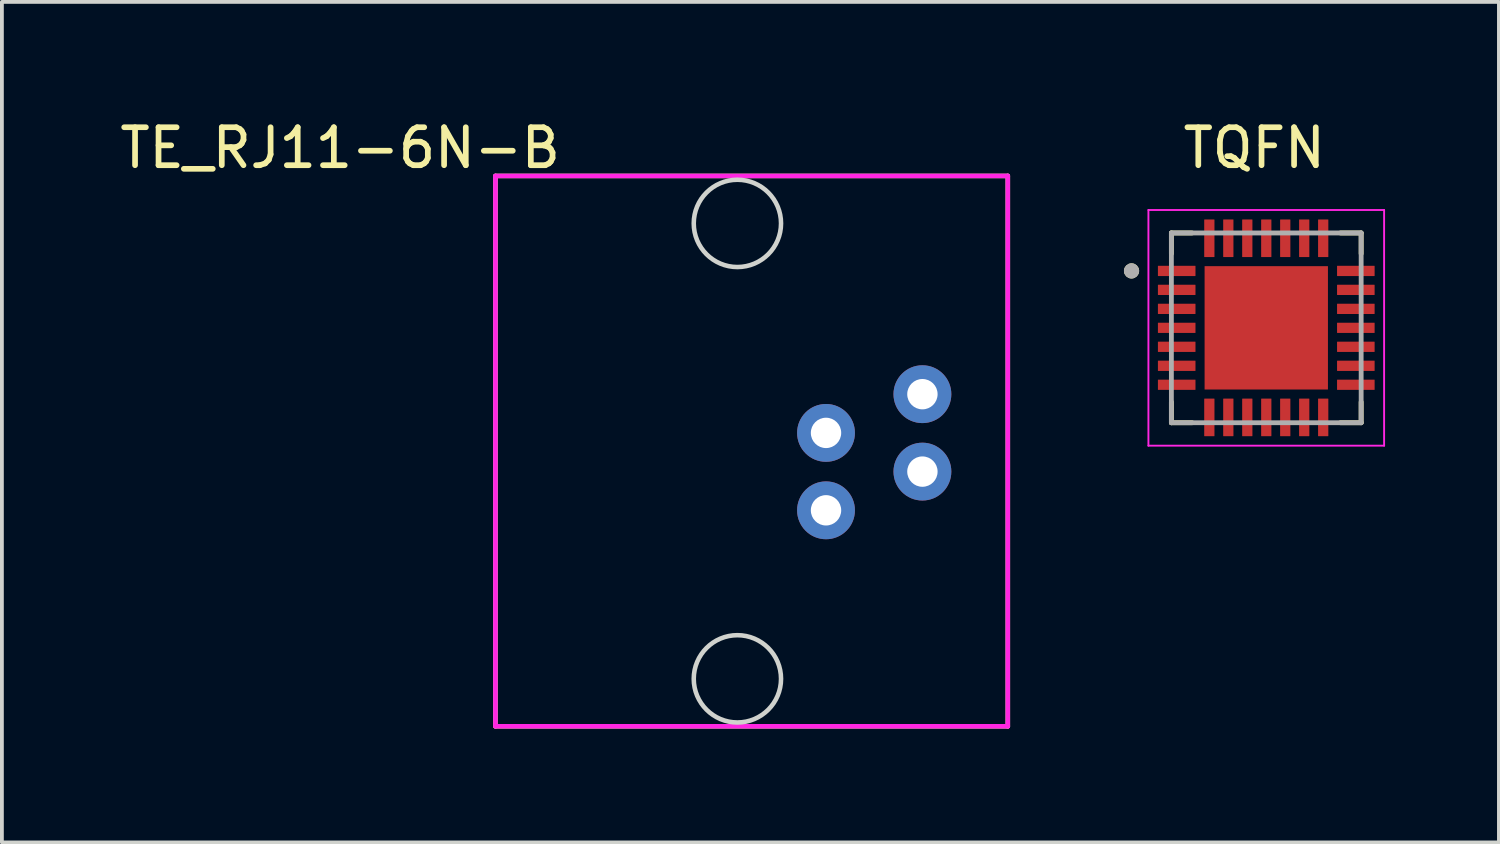
<source format=kicad_pcb>
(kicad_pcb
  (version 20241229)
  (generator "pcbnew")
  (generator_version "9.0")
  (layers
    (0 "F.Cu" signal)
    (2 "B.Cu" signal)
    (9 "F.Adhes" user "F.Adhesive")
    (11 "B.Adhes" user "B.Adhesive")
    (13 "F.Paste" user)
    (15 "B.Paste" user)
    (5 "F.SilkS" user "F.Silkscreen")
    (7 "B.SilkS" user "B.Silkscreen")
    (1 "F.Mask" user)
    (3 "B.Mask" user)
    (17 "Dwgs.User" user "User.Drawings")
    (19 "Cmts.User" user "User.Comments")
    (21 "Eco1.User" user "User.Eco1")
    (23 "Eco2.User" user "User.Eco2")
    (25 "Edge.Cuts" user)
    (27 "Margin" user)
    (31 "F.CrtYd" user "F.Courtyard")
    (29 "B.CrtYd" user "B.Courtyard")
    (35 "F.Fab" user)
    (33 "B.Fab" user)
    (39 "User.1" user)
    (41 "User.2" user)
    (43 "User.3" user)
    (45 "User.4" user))
  (footprint "TQFN"
    (layer "F.Cu")
    (at 30.314 5.588)
    (property "Reference" "TQFN" (at -0.315 -4.74 0) (layer "F.SilkS") (effects (font (size 1 1) (thickness 0.15))))
    (attr through_hole)
    (fp_line (start -2.5 -2.5) (end -2.5 -1.955) (stroke (width 0.127) (type solid)) (layer "F.SilkS"))
    (fp_line (start -2.5 -2.5) (end -1.955 -2.5) (stroke (width 0.127) (type solid)) (layer "F.SilkS"))
    (fp_line (start -2.5 2.5) (end -2.5 1.955) (stroke (width 0.127) (type solid)) (layer "F.SilkS"))
    (fp_line (start -2.5 2.5) (end -1.955 2.5) (stroke (width 0.127) (type solid)) (layer "F.SilkS"))
    (fp_line (start 2.5 -2.5) (end 1.955 -2.5) (stroke (width 0.127) (type solid)) (layer "F.SilkS"))
    (fp_line (start 2.5 -2.5) (end 2.5 -1.955) (stroke (width 0.127) (type solid)) (layer "F.SilkS"))
    (fp_line (start 2.5 2.5) (end 1.955 2.5) (stroke (width 0.127) (type solid)) (layer "F.SilkS"))
    (fp_line (start 2.5 2.5) (end 2.5 1.955) (stroke (width 0.127) (type solid)) (layer "F.SilkS"))
    (fp_circle (center -3.55 -1.5) (end -3.45 -1.5) (stroke (width 0.2) (type solid)) (fill no) (layer "F.SilkS"))
    (fp_poly (pts (xy -1.03 -1.03) (xy 1.03 -1.03) (xy 1.03 1.03) (xy -1.03 1.03)) (stroke (width 0.01) (type solid)) (fill yes) (layer "F.Paste"))
    (fp_line (start -3.105 -3.105) (end 3.105 -3.105) (stroke (width 0.05) (type solid)) (layer "F.CrtYd"))
    (fp_line (start -3.105 3.105) (end -3.105 -3.105) (stroke (width 0.05) (type solid)) (layer "F.CrtYd"))
    (fp_line (start -3.105 3.105) (end 3.105 3.105) (stroke (width 0.05) (type solid)) (layer "F.CrtYd"))
    (fp_line (start 3.105 3.105) (end 3.105 -3.105) (stroke (width 0.05) (type solid)) (layer "F.CrtYd"))
    (fp_line (start -2.5 2.5) (end -2.5 -2.5) (stroke (width 0.127) (type solid)) (layer "F.Fab"))
    (fp_line (start 2.5 -2.5) (end -2.5 -2.5) (stroke (width 0.127) (type solid)) (layer "F.Fab"))
    (fp_line (start 2.5 2.5) (end -2.5 2.5) (stroke (width 0.127) (type solid)) (layer "F.Fab"))
    (fp_line (start 2.5 2.5) (end 2.5 -2.5) (stroke (width 0.127) (type solid)) (layer "F.Fab"))
    (fp_circle (center -3.55 -1.5) (end -3.45 -1.5) (stroke (width 0.2) (type solid)) (fill no) (layer "F.Fab"))
    (pad "1" smd roundrect (at -2.36 -1.5) (size 0.99 0.27) (layers "F.Cu" "F.Mask" "F.Paste") (roundrect_rratio 0.03))
    (pad "2" smd roundrect (at -2.36 -1) (size 0.99 0.27) (layers "F.Cu" "F.Mask" "F.Paste") (roundrect_rratio 0.03))
    (pad "3" smd roundrect (at -2.36 -0.5) (size 0.99 0.27) (layers "F.Cu" "F.Mask" "F.Paste") (roundrect_rratio 0.03))
    (pad "4" smd roundrect (at -2.36 0) (size 0.99 0.27) (layers "F.Cu" "F.Mask" "F.Paste") (roundrect_rratio 0.03))
    (pad "5" smd roundrect (at -2.36 0.5) (size 0.99 0.27) (layers "F.Cu" "F.Mask" "F.Paste") (roundrect_rratio 0.03))
    (pad "6" smd roundrect (at -2.36 1) (size 0.99 0.27) (layers "F.Cu" "F.Mask" "F.Paste") (roundrect_rratio 0.03))
    (pad "7" smd roundrect (at -2.36 1.5) (size 0.99 0.27) (layers "F.Cu" "F.Mask" "F.Paste") (roundrect_rratio 0.03))
    (pad "8" smd roundrect (at -1.5 2.36 90) (size 0.99 0.27) (layers "F.Cu" "F.Mask" "F.Paste") (roundrect_rratio 0.03))
    (pad "9" smd roundrect (at -1 2.36 90) (size 0.99 0.27) (layers "F.Cu" "F.Mask" "F.Paste") (roundrect_rratio 0.03))
    (pad "10" smd roundrect (at -0.5 2.36 90) (size 0.99 0.27) (layers "F.Cu" "F.Mask" "F.Paste") (roundrect_rratio 0.03))
    (pad "11" smd roundrect (at 0 2.36 90) (size 0.99 0.27) (layers "F.Cu" "F.Mask" "F.Paste") (roundrect_rratio 0.03))
    (pad "12" smd roundrect (at 0.5 2.36 90) (size 0.99 0.27) (layers "F.Cu" "F.Mask" "F.Paste") (roundrect_rratio 0.03))
    (pad "13" smd roundrect (at 1 2.36 90) (size 0.99 0.27) (layers "F.Cu" "F.Mask" "F.Paste") (roundrect_rratio 0.03))
    (pad "14" smd roundrect (at 1.5 2.36 90) (size 0.99 0.27) (layers "F.Cu" "F.Mask" "F.Paste") (roundrect_rratio 0.03))
    (pad "15" smd roundrect (at 2.36 1.5) (size 0.99 0.27) (layers "F.Cu" "F.Mask" "F.Paste") (roundrect_rratio 0.03))
    (pad "16" smd roundrect (at 2.36 1) (size 0.99 0.27) (layers "F.Cu" "F.Mask" "F.Paste") (roundrect_rratio 0.03))
    (pad "17" smd roundrect (at 2.36 0.5) (size 0.99 0.27) (layers "F.Cu" "F.Mask" "F.Paste") (roundrect_rratio 0.03))
    (pad "18" smd roundrect (at 2.36 0) (size 0.99 0.27) (layers "F.Cu" "F.Mask" "F.Paste") (roundrect_rratio 0.03))
    (pad "19" smd roundrect (at 2.36 -0.5) (size 0.99 0.27) (layers "F.Cu" "F.Mask" "F.Paste") (roundrect_rratio 0.03))
    (pad "20" smd roundrect (at 2.36 -1) (size 0.99 0.27) (layers "F.Cu" "F.Mask" "F.Paste") (roundrect_rratio 0.03))
    (pad "21" smd roundrect (at 2.36 -1.5) (size 0.99 0.27) (layers "F.Cu" "F.Mask" "F.Paste") (roundrect_rratio 0.03))
    (pad "22" smd roundrect (at 1.5 -2.36 90) (size 0.99 0.27) (layers "F.Cu" "F.Mask" "F.Paste") (roundrect_rratio 0.03))
    (pad "23" smd roundrect (at 1 -2.36 90) (size 0.99 0.27) (layers "F.Cu" "F.Mask" "F.Paste") (roundrect_rratio 0.03))
    (pad "24" smd roundrect (at 0.5 -2.36 90) (size 0.99 0.27) (layers "F.Cu" "F.Mask" "F.Paste") (roundrect_rratio 0.03))
    (pad "25" smd roundrect (at 0 -2.36 90) (size 0.99 0.27) (layers "F.Cu" "F.Mask" "F.Paste") (roundrect_rratio 0.03))
    (pad "26" smd roundrect (at -0.5 -2.36 90) (size 0.99 0.27) (layers "F.Cu" "F.Mask" "F.Paste") (roundrect_rratio 0.03))
    (pad "27" smd roundrect (at -1 -2.36 90) (size 0.99 0.27) (layers "F.Cu" "F.Mask" "F.Paste") (roundrect_rratio 0.03))
    (pad "28" smd roundrect (at -1.5 -2.36 90) (size 0.99 0.27) (layers "F.Cu" "F.Mask" "F.Paste") (roundrect_rratio 0.03))
    (pad "29" smd rect (at 0 0) (size 3.25 3.25) (layers "F.Cu" "F.Mask")))
  (footprint "TE_RJ11-6N-B"
    (layer "F.Cu")
    (at 19.254 7.836)
    (property "Reference" "TE_RJ11-6N-B" (at -13.341 -6.988 0) (layer "F.SilkS") (effects (font (size 1 1) (thickness 0.15))))
    (attr through_hole)
    (fp_line (start -9.25 -6.25) (end 4.25 -6.25) (stroke (width 0.12) (type solid)) (layer "F.SilkS"))
    (fp_line (start -9.25 8.25) (end -9.25 -6.25) (stroke (width 0.12) (type solid)) (layer "F.SilkS"))
    (fp_line (start 4.25 -6.25) (end 4.25 8.25) (stroke (width 0.12) (type solid)) (layer "F.SilkS"))
    (fp_line (start 4.25 8.25) (end -9.25 8.25) (stroke (width 0.12) (type solid)) (layer "F.SilkS"))
    (fp_circle (center -2.875 -5) (end -1.725 -5) (stroke (width 0.12) (type solid)) (fill no) (layer "Edge.Cuts"))
    (fp_circle (center -2.875 7) (end -1.725 7) (stroke (width 0.12) (type solid)) (fill no) (layer "Edge.Cuts"))
    (fp_line (start -9.25 -6.25) (end 4.25 -6.25) (stroke (width 0.12) (type solid)) (layer "F.CrtYd"))
    (fp_line (start -9.25 8.25) (end -9.25 -6.25) (stroke (width 0.12) (type solid)) (layer "F.CrtYd"))
    (fp_line (start 4.25 -6.25) (end 4.25 8.25) (stroke (width 0.12) (type solid)) (layer "F.CrtYd"))
    (fp_line (start 4.25 8.25) (end -9.25 8.25) (stroke (width 0.12) (type solid)) (layer "F.CrtYd"))
    (pad "1" thru_hole circle (at -0.54 2.56) (size 1.524 1.524) (drill 0.8) (layers "*.Cu" "*.Mask"))
    (pad "2" thru_hole circle (at -0.54 0.52) (size 1.524 1.524) (drill 0.8) (layers "*.Cu" "*.Mask"))
    (pad "3" thru_hole circle (at 2 -0.5) (size 1.524 1.524) (drill 0.8) (layers "*.Cu" "*.Mask"))
    (pad "4" thru_hole circle (at 2 1.54) (size 1.524 1.524) (drill 0.8) (layers "*.Cu" "*.Mask")))
  (gr_rect
    (start -3 -3)
    (end 36.444 19.146)
    (stroke (width 0.1) (type default))
    (fill no)
    (layer "Edge.Cuts")))
</source>
